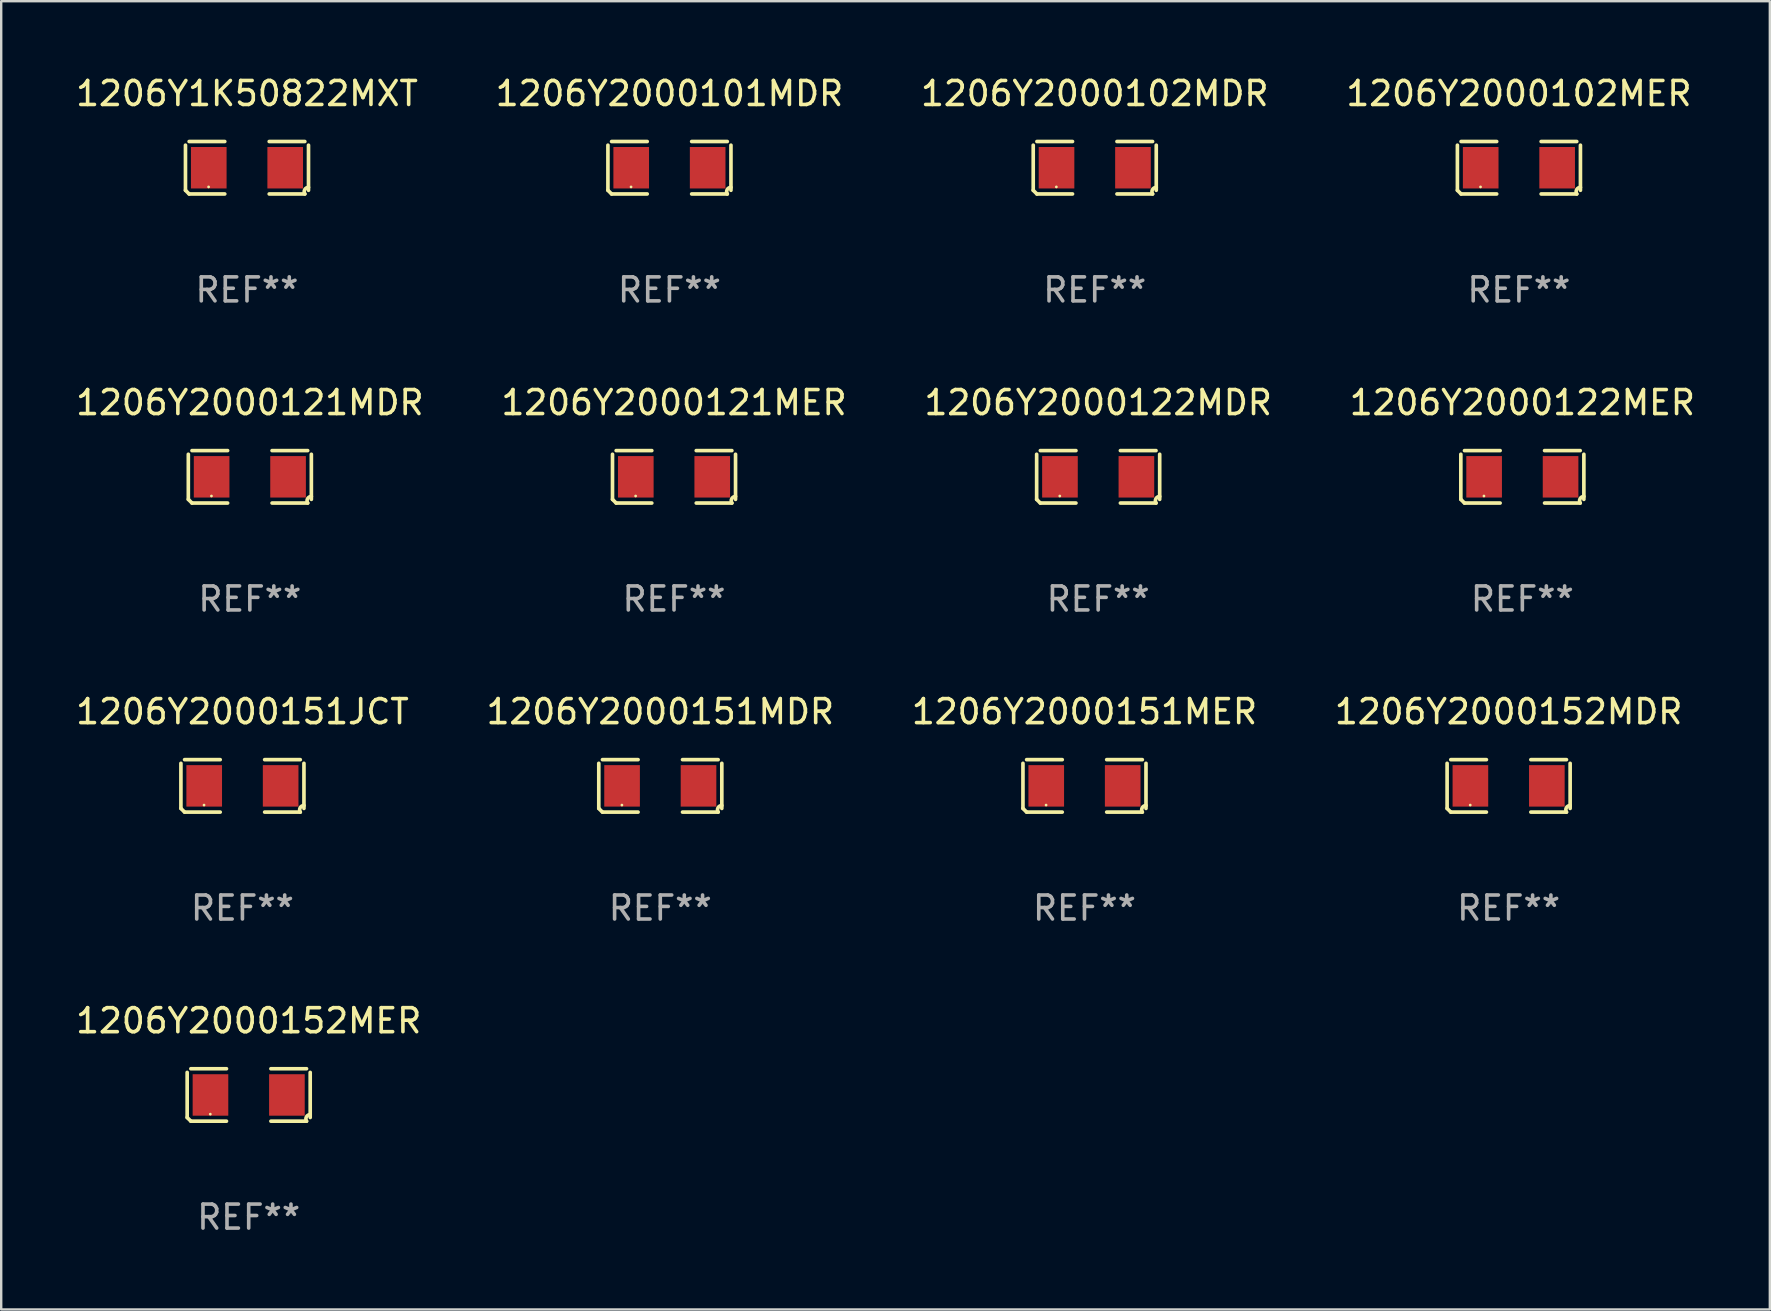
<source format=kicad_pcb>
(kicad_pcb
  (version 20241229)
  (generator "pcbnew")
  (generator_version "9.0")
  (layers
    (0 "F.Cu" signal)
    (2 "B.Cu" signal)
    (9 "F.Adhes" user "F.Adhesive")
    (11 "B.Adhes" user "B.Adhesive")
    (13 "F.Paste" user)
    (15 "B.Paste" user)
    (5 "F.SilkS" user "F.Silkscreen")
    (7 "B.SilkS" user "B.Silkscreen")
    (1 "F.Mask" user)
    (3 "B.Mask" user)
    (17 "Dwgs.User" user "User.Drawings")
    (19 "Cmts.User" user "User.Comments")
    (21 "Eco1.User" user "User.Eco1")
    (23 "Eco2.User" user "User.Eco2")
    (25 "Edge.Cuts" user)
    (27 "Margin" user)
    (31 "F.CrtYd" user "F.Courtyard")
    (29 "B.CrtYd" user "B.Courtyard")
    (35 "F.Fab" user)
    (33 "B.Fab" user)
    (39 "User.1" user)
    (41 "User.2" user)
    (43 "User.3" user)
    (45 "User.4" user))
  (footprint "1206Y2000151JCT"
    (layer "F.Cu")
    (at 7.054 29.704)
    (property "Reference" "1206Y2000151JCT" (at 0 -3.093 0) (layer "F.SilkS") (effects (font (size 1 1) (thickness 0.15))))
    (attr through_hole)
    (fp_line (start -2.564 0.94) (end -2.564 -0.94) (stroke (width 0.152) (type solid)) (layer "F.SilkS"))
    (fp_line (start -2.411 -1.093) (end -0.926 -1.093) (stroke (width 0.152) (type solid)) (layer "F.SilkS"))
    (fp_line (start -0.926 1.093) (end -2.411 1.093) (stroke (width 0.152) (type solid)) (layer "F.SilkS"))
    (fp_line (start 0.926 1.093) (end 2.411 1.093) (stroke (width 0.152) (type solid)) (layer "F.SilkS"))
    (fp_line (start 2.411 -1.093) (end 0.926 -1.093) (stroke (width 0.152) (type solid)) (layer "F.SilkS"))
    (fp_line (start 2.564 0.94) (end 2.564 -0.94) (stroke (width 0.152) (type solid)) (layer "F.SilkS"))
    (fp_arc (start -2.411201 1.092609) (mid -2.487413 1.01642) (end -2.563602 0.940208) (stroke (width 0.1524) (type solid)) (layer "F.SilkS"))
    (fp_arc (start 2.411201 1.092609) (mid 2.407159 0.911226) (end 2.563602 0.819347) (stroke (width 0.1524) (type solid)) (layer "F.SilkS"))
    (fp_circle (center -1.6 0.8) (end -1.57 0.8) (stroke (width 0.06) (type solid)) (fill no) (layer "F.SilkS"))
    (fp_text user "REF**" (at 0 5.093 0) (layer "F.Fab") (effects (font (size 1 1) (thickness 0.15))))
    (pad "1" smd rect (at -1.593 0) (size 1.485 1.728) (layers "F.Cu" "F.Mask" "F.Paste"))
    (pad "2" smd rect (at 1.593 0) (size 1.485 1.728) (layers "F.Cu" "F.Mask" "F.Paste")))
  (footprint "1206Y2000121MDR"
    (layer "F.Cu")
    (at 7.363 16.823)
    (property "Reference" "1206Y2000121MDR" (at 0 -3.093 0) (layer "F.SilkS") (effects (font (size 1 1) (thickness 0.15))))
    (attr through_hole)
    (fp_line (start -2.564 0.94) (end -2.564 -0.94) (stroke (width 0.152) (type solid)) (layer "F.SilkS"))
    (fp_line (start -2.411 -1.093) (end -0.926 -1.093) (stroke (width 0.152) (type solid)) (layer "F.SilkS"))
    (fp_line (start -0.926 1.093) (end -2.411 1.093) (stroke (width 0.152) (type solid)) (layer "F.SilkS"))
    (fp_line (start 0.926 1.093) (end 2.411 1.093) (stroke (width 0.152) (type solid)) (layer "F.SilkS"))
    (fp_line (start 2.411 -1.093) (end 0.926 -1.093) (stroke (width 0.152) (type solid)) (layer "F.SilkS"))
    (fp_line (start 2.564 0.94) (end 2.564 -0.94) (stroke (width 0.152) (type solid)) (layer "F.SilkS"))
    (fp_arc (start -2.411201 1.092609) (mid -2.487413 1.01642) (end -2.563602 0.940208) (stroke (width 0.1524) (type solid)) (layer "F.SilkS"))
    (fp_arc (start 2.411201 1.092609) (mid 2.407159 0.911226) (end 2.563602 0.819347) (stroke (width 0.1524) (type solid)) (layer "F.SilkS"))
    (fp_circle (center -1.6 0.8) (end -1.57 0.8) (stroke (width 0.06) (type solid)) (fill no) (layer "F.SilkS"))
    (fp_text user "REF**" (at 0 5.093 0) (layer "F.Fab") (effects (font (size 1 1) (thickness 0.15))))
    (pad "1" smd rect (at -1.593 0) (size 1.485 1.728) (layers "F.Cu" "F.Mask" "F.Paste"))
    (pad "2" smd rect (at 1.593 0) (size 1.485 1.728) (layers "F.Cu" "F.Mask" "F.Paste")))
  (footprint "1206Y2000122MDR"
    (layer "F.Cu")
    (at 42.72 16.823)
    (property "Reference" "1206Y2000122MDR" (at 0 -3.093 0) (layer "F.SilkS") (effects (font (size 1 1) (thickness 0.15))))
    (attr through_hole)
    (fp_line (start -2.564 0.94) (end -2.564 -0.94) (stroke (width 0.152) (type solid)) (layer "F.SilkS"))
    (fp_line (start -2.411 -1.093) (end -0.926 -1.093) (stroke (width 0.152) (type solid)) (layer "F.SilkS"))
    (fp_line (start -0.926 1.093) (end -2.411 1.093) (stroke (width 0.152) (type solid)) (layer "F.SilkS"))
    (fp_line (start 0.926 1.093) (end 2.411 1.093) (stroke (width 0.152) (type solid)) (layer "F.SilkS"))
    (fp_line (start 2.411 -1.093) (end 0.926 -1.093) (stroke (width 0.152) (type solid)) (layer "F.SilkS"))
    (fp_line (start 2.564 0.94) (end 2.564 -0.94) (stroke (width 0.152) (type solid)) (layer "F.SilkS"))
    (fp_arc (start -2.411201 1.092609) (mid -2.487413 1.01642) (end -2.563602 0.940208) (stroke (width 0.1524) (type solid)) (layer "F.SilkS"))
    (fp_arc (start 2.411201 1.092609) (mid 2.407159 0.911226) (end 2.563602 0.819347) (stroke (width 0.1524) (type solid)) (layer "F.SilkS"))
    (fp_circle (center -1.6 0.8) (end -1.57 0.8) (stroke (width 0.06) (type solid)) (fill no) (layer "F.SilkS"))
    (fp_text user "REF**" (at 0 5.093 0) (layer "F.Fab") (effects (font (size 1 1) (thickness 0.15))))
    (pad "1" smd rect (at -1.593 0) (size 1.485 1.728) (layers "F.Cu" "F.Mask" "F.Paste"))
    (pad "2" smd rect (at 1.593 0) (size 1.485 1.728) (layers "F.Cu" "F.Mask" "F.Paste")))
  (footprint "1206Y2000101MDR"
    (layer "F.Cu")
    (at 24.851 3.941)
    (property "Reference" "1206Y2000101MDR" (at 0 -3.093 0) (layer "F.SilkS") (effects (font (size 1 1) (thickness 0.15))))
    (attr through_hole)
    (fp_line (start -2.564 0.94) (end -2.564 -0.94) (stroke (width 0.152) (type solid)) (layer "F.SilkS"))
    (fp_line (start -2.411 -1.093) (end -0.926 -1.093) (stroke (width 0.152) (type solid)) (layer "F.SilkS"))
    (fp_line (start -0.926 1.093) (end -2.411 1.093) (stroke (width 0.152) (type solid)) (layer "F.SilkS"))
    (fp_line (start 0.926 1.093) (end 2.411 1.093) (stroke (width 0.152) (type solid)) (layer "F.SilkS"))
    (fp_line (start 2.411 -1.093) (end 0.926 -1.093) (stroke (width 0.152) (type solid)) (layer "F.SilkS"))
    (fp_line (start 2.564 0.94) (end 2.564 -0.94) (stroke (width 0.152) (type solid)) (layer "F.SilkS"))
    (fp_arc (start -2.411201 1.092609) (mid -2.487413 1.01642) (end -2.563602 0.940208) (stroke (width 0.1524) (type solid)) (layer "F.SilkS"))
    (fp_arc (start 2.411201 1.092609) (mid 2.407159 0.911226) (end 2.563602 0.819347) (stroke (width 0.1524) (type solid)) (layer "F.SilkS"))
    (fp_circle (center -1.6 0.8) (end -1.57 0.8) (stroke (width 0.06) (type solid)) (fill no) (layer "F.SilkS"))
    (fp_text user "REF**" (at 0 5.093 0) (layer "F.Fab") (effects (font (size 1 1) (thickness 0.15))))
    (pad "1" smd rect (at -1.593 0) (size 1.485 1.728) (layers "F.Cu" "F.Mask" "F.Paste"))
    (pad "2" smd rect (at 1.593 0) (size 1.485 1.728) (layers "F.Cu" "F.Mask" "F.Paste")))
  (footprint "1206Y2000151MDR"
    (layer "F.Cu")
    (at 24.47 29.704)
    (property "Reference" "1206Y2000151MDR" (at 0 -3.093 0) (layer "F.SilkS") (effects (font (size 1 1) (thickness 0.15))))
    (attr through_hole)
    (fp_line (start -2.564 0.94) (end -2.564 -0.94) (stroke (width 0.152) (type solid)) (layer "F.SilkS"))
    (fp_line (start -2.411 -1.093) (end -0.926 -1.093) (stroke (width 0.152) (type solid)) (layer "F.SilkS"))
    (fp_line (start -0.926 1.093) (end -2.411 1.093) (stroke (width 0.152) (type solid)) (layer "F.SilkS"))
    (fp_line (start 0.926 1.093) (end 2.411 1.093) (stroke (width 0.152) (type solid)) (layer "F.SilkS"))
    (fp_line (start 2.411 -1.093) (end 0.926 -1.093) (stroke (width 0.152) (type solid)) (layer "F.SilkS"))
    (fp_line (start 2.564 0.94) (end 2.564 -0.94) (stroke (width 0.152) (type solid)) (layer "F.SilkS"))
    (fp_arc (start -2.411201 1.092609) (mid -2.487413 1.01642) (end -2.563602 0.940208) (stroke (width 0.1524) (type solid)) (layer "F.SilkS"))
    (fp_arc (start 2.411201 1.092609) (mid 2.407159 0.911226) (end 2.563602 0.819347) (stroke (width 0.1524) (type solid)) (layer "F.SilkS"))
    (fp_circle (center -1.6 0.8) (end -1.57 0.8) (stroke (width 0.06) (type solid)) (fill no) (layer "F.SilkS"))
    (fp_text user "REF**" (at 0 5.093 0) (layer "F.Fab") (effects (font (size 1 1) (thickness 0.15))))
    (pad "1" smd rect (at -1.593 0) (size 1.485 1.728) (layers "F.Cu" "F.Mask" "F.Paste"))
    (pad "2" smd rect (at 1.593 0) (size 1.485 1.728) (layers "F.Cu" "F.Mask" "F.Paste")))
  (footprint "1206Y2000102MER"
    (layer "F.Cu")
    (at 60.256 3.941)
    (property "Reference" "1206Y2000102MER" (at 0 -3.093 0) (layer "F.SilkS") (effects (font (size 1 1) (thickness 0.15))))
    (attr through_hole)
    (fp_line (start -2.564 0.94) (end -2.564 -0.94) (stroke (width 0.152) (type solid)) (layer "F.SilkS"))
    (fp_line (start -2.411 -1.093) (end -0.926 -1.093) (stroke (width 0.152) (type solid)) (layer "F.SilkS"))
    (fp_line (start -0.926 1.093) (end -2.411 1.093) (stroke (width 0.152) (type solid)) (layer "F.SilkS"))
    (fp_line (start 0.926 1.093) (end 2.411 1.093) (stroke (width 0.152) (type solid)) (layer "F.SilkS"))
    (fp_line (start 2.411 -1.093) (end 0.926 -1.093) (stroke (width 0.152) (type solid)) (layer "F.SilkS"))
    (fp_line (start 2.564 0.94) (end 2.564 -0.94) (stroke (width 0.152) (type solid)) (layer "F.SilkS"))
    (fp_arc (start -2.411201 1.092609) (mid -2.487413 1.01642) (end -2.563602 0.940208) (stroke (width 0.1524) (type solid)) (layer "F.SilkS"))
    (fp_arc (start 2.411201 1.092609) (mid 2.407159 0.911226) (end 2.563602 0.819347) (stroke (width 0.1524) (type solid)) (layer "F.SilkS"))
    (fp_circle (center -1.6 0.8) (end -1.57 0.8) (stroke (width 0.06) (type solid)) (fill no) (layer "F.SilkS"))
    (fp_text user "REF**" (at 0 5.093 0) (layer "F.Fab") (effects (font (size 1 1) (thickness 0.15))))
    (pad "1" smd rect (at -1.593 0) (size 1.485 1.728) (layers "F.Cu" "F.Mask" "F.Paste"))
    (pad "2" smd rect (at 1.593 0) (size 1.485 1.728) (layers "F.Cu" "F.Mask" "F.Paste")))
  (footprint "1206Y2000152MDR"
    (layer "F.Cu")
    (at 59.827 29.704)
    (property "Reference" "1206Y2000152MDR" (at 0 -3.093 0) (layer "F.SilkS") (effects (font (size 1 1) (thickness 0.15))))
    (attr through_hole)
    (fp_line (start -2.564 0.94) (end -2.564 -0.94) (stroke (width 0.152) (type solid)) (layer "F.SilkS"))
    (fp_line (start -2.411 -1.093) (end -0.926 -1.093) (stroke (width 0.152) (type solid)) (layer "F.SilkS"))
    (fp_line (start -0.926 1.093) (end -2.411 1.093) (stroke (width 0.152) (type solid)) (layer "F.SilkS"))
    (fp_line (start 0.926 1.093) (end 2.411 1.093) (stroke (width 0.152) (type solid)) (layer "F.SilkS"))
    (fp_line (start 2.411 -1.093) (end 0.926 -1.093) (stroke (width 0.152) (type solid)) (layer "F.SilkS"))
    (fp_line (start 2.564 0.94) (end 2.564 -0.94) (stroke (width 0.152) (type solid)) (layer "F.SilkS"))
    (fp_arc (start -2.411201 1.092609) (mid -2.487413 1.01642) (end -2.563602 0.940208) (stroke (width 0.1524) (type solid)) (layer "F.SilkS"))
    (fp_arc (start 2.411201 1.092609) (mid 2.407159 0.911226) (end 2.563602 0.819347) (stroke (width 0.1524) (type solid)) (layer "F.SilkS"))
    (fp_circle (center -1.6 0.8) (end -1.57 0.8) (stroke (width 0.06) (type solid)) (fill no) (layer "F.SilkS"))
    (fp_text user "REF**" (at 0 5.093 0) (layer "F.Fab") (effects (font (size 1 1) (thickness 0.15))))
    (pad "1" smd rect (at -1.593 0) (size 1.485 1.728) (layers "F.Cu" "F.Mask" "F.Paste"))
    (pad "2" smd rect (at 1.593 0) (size 1.485 1.728) (layers "F.Cu" "F.Mask" "F.Paste")))
  (footprint "1206Y2000152MER"
    (layer "F.Cu")
    (at 7.315 42.586)
    (property "Reference" "1206Y2000152MER" (at 0 -3.093 0) (layer "F.SilkS") (effects (font (size 1 1) (thickness 0.15))))
    (attr through_hole)
    (fp_line (start -2.564 0.94) (end -2.564 -0.94) (stroke (width 0.152) (type solid)) (layer "F.SilkS"))
    (fp_line (start -2.411 -1.093) (end -0.926 -1.093) (stroke (width 0.152) (type solid)) (layer "F.SilkS"))
    (fp_line (start -0.926 1.093) (end -2.411 1.093) (stroke (width 0.152) (type solid)) (layer "F.SilkS"))
    (fp_line (start 0.926 1.093) (end 2.411 1.093) (stroke (width 0.152) (type solid)) (layer "F.SilkS"))
    (fp_line (start 2.411 -1.093) (end 0.926 -1.093) (stroke (width 0.152) (type solid)) (layer "F.SilkS"))
    (fp_line (start 2.564 0.94) (end 2.564 -0.94) (stroke (width 0.152) (type solid)) (layer "F.SilkS"))
    (fp_arc (start -2.411201 1.092609) (mid -2.487413 1.01642) (end -2.563602 0.940208) (stroke (width 0.1524) (type solid)) (layer "F.SilkS"))
    (fp_arc (start 2.411201 1.092609) (mid 2.407159 0.911226) (end 2.563602 0.819347) (stroke (width 0.1524) (type solid)) (layer "F.SilkS"))
    (fp_circle (center -1.6 0.8) (end -1.57 0.8) (stroke (width 0.06) (type solid)) (fill no) (layer "F.SilkS"))
    (fp_text user "REF**" (at 0 5.093 0) (layer "F.Fab") (effects (font (size 1 1) (thickness 0.15))))
    (pad "1" smd rect (at -1.593 0) (size 1.485 1.728) (layers "F.Cu" "F.Mask" "F.Paste"))
    (pad "2" smd rect (at 1.593 0) (size 1.485 1.728) (layers "F.Cu" "F.Mask" "F.Paste")))
  (footprint "1206Y2000102MDR"
    (layer "F.Cu")
    (at 42.577 3.941)
    (property "Reference" "1206Y2000102MDR" (at 0 -3.093 0) (layer "F.SilkS") (effects (font (size 1 1) (thickness 0.15))))
    (attr through_hole)
    (fp_line (start -2.564 0.94) (end -2.564 -0.94) (stroke (width 0.152) (type solid)) (layer "F.SilkS"))
    (fp_line (start -2.411 -1.093) (end -0.926 -1.093) (stroke (width 0.152) (type solid)) (layer "F.SilkS"))
    (fp_line (start -0.926 1.093) (end -2.411 1.093) (stroke (width 0.152) (type solid)) (layer "F.SilkS"))
    (fp_line (start 0.926 1.093) (end 2.411 1.093) (stroke (width 0.152) (type solid)) (layer "F.SilkS"))
    (fp_line (start 2.411 -1.093) (end 0.926 -1.093) (stroke (width 0.152) (type solid)) (layer "F.SilkS"))
    (fp_line (start 2.564 0.94) (end 2.564 -0.94) (stroke (width 0.152) (type solid)) (layer "F.SilkS"))
    (fp_arc (start -2.411201 1.092609) (mid -2.487413 1.01642) (end -2.563602 0.940208) (stroke (width 0.1524) (type solid)) (layer "F.SilkS"))
    (fp_arc (start 2.411201 1.092609) (mid 2.407159 0.911226) (end 2.563602 0.819347) (stroke (width 0.1524) (type solid)) (layer "F.SilkS"))
    (fp_circle (center -1.6 0.8) (end -1.57 0.8) (stroke (width 0.06) (type solid)) (fill no) (layer "F.SilkS"))
    (fp_text user "REF**" (at 0 5.093 0) (layer "F.Fab") (effects (font (size 1 1) (thickness 0.15))))
    (pad "1" smd rect (at -1.593 0) (size 1.485 1.728) (layers "F.Cu" "F.Mask" "F.Paste"))
    (pad "2" smd rect (at 1.593 0) (size 1.485 1.728) (layers "F.Cu" "F.Mask" "F.Paste")))
  (footprint "1206Y1K50822MXT"
    (layer "F.Cu")
    (at 7.244 3.941)
    (property "Reference" "1206Y1K50822MXT" (at 0 -3.093 0) (layer "F.SilkS") (effects (font (size 1 1) (thickness 0.15))))
    (attr through_hole)
    (fp_line (start -2.564 0.94) (end -2.564 -0.94) (stroke (width 0.152) (type solid)) (layer "F.SilkS"))
    (fp_line (start -2.411 -1.093) (end -0.926 -1.093) (stroke (width 0.152) (type solid)) (layer "F.SilkS"))
    (fp_line (start -0.926 1.093) (end -2.411 1.093) (stroke (width 0.152) (type solid)) (layer "F.SilkS"))
    (fp_line (start 0.926 1.093) (end 2.411 1.093) (stroke (width 0.152) (type solid)) (layer "F.SilkS"))
    (fp_line (start 2.411 -1.093) (end 0.926 -1.093) (stroke (width 0.152) (type solid)) (layer "F.SilkS"))
    (fp_line (start 2.564 0.94) (end 2.564 -0.94) (stroke (width 0.152) (type solid)) (layer "F.SilkS"))
    (fp_arc (start -2.411201 1.092609) (mid -2.487413 1.01642) (end -2.563602 0.940208) (stroke (width 0.1524) (type solid)) (layer "F.SilkS"))
    (fp_arc (start 2.411201 1.092609) (mid 2.407159 0.911226) (end 2.563602 0.819347) (stroke (width 0.1524) (type solid)) (layer "F.SilkS"))
    (fp_circle (center -1.6 0.8) (end -1.57 0.8) (stroke (width 0.06) (type solid)) (fill no) (layer "F.SilkS"))
    (fp_text user "REF**" (at 0 5.093 0) (layer "F.Fab") (effects (font (size 1 1) (thickness 0.15))))
    (pad "1" smd rect (at -1.593 0) (size 1.485 1.728) (layers "F.Cu" "F.Mask" "F.Paste"))
    (pad "2" smd rect (at 1.593 0) (size 1.485 1.728) (layers "F.Cu" "F.Mask" "F.Paste")))
  (footprint "1206Y2000122MER"
    (layer "F.Cu")
    (at 60.399 16.823)
    (property "Reference" "1206Y2000122MER" (at 0 -3.093 0) (layer "F.SilkS") (effects (font (size 1 1) (thickness 0.15))))
    (attr through_hole)
    (fp_line (start -2.564 0.94) (end -2.564 -0.94) (stroke (width 0.152) (type solid)) (layer "F.SilkS"))
    (fp_line (start -2.411 -1.093) (end -0.926 -1.093) (stroke (width 0.152) (type solid)) (layer "F.SilkS"))
    (fp_line (start -0.926 1.093) (end -2.411 1.093) (stroke (width 0.152) (type solid)) (layer "F.SilkS"))
    (fp_line (start 0.926 1.093) (end 2.411 1.093) (stroke (width 0.152) (type solid)) (layer "F.SilkS"))
    (fp_line (start 2.411 -1.093) (end 0.926 -1.093) (stroke (width 0.152) (type solid)) (layer "F.SilkS"))
    (fp_line (start 2.564 0.94) (end 2.564 -0.94) (stroke (width 0.152) (type solid)) (layer "F.SilkS"))
    (fp_arc (start -2.411201 1.092609) (mid -2.487413 1.01642) (end -2.563602 0.940208) (stroke (width 0.1524) (type solid)) (layer "F.SilkS"))
    (fp_arc (start 2.411201 1.092609) (mid 2.407159 0.911226) (end 2.563602 0.819347) (stroke (width 0.1524) (type solid)) (layer "F.SilkS"))
    (fp_circle (center -1.6 0.8) (end -1.57 0.8) (stroke (width 0.06) (type solid)) (fill no) (layer "F.SilkS"))
    (fp_text user "REF**" (at 0 5.093 0) (layer "F.Fab") (effects (font (size 1 1) (thickness 0.15))))
    (pad "1" smd rect (at -1.593 0) (size 1.485 1.728) (layers "F.Cu" "F.Mask" "F.Paste"))
    (pad "2" smd rect (at 1.593 0) (size 1.485 1.728) (layers "F.Cu" "F.Mask" "F.Paste")))
  (footprint "1206Y2000121MER"
    (layer "F.Cu")
    (at 25.042 16.823)
    (property "Reference" "1206Y2000121MER" (at 0 -3.093 0) (layer "F.SilkS") (effects (font (size 1 1) (thickness 0.15))))
    (attr through_hole)
    (fp_line (start -2.564 0.94) (end -2.564 -0.94) (stroke (width 0.152) (type solid)) (layer "F.SilkS"))
    (fp_line (start -2.411 -1.093) (end -0.926 -1.093) (stroke (width 0.152) (type solid)) (layer "F.SilkS"))
    (fp_line (start -0.926 1.093) (end -2.411 1.093) (stroke (width 0.152) (type solid)) (layer "F.SilkS"))
    (fp_line (start 0.926 1.093) (end 2.411 1.093) (stroke (width 0.152) (type solid)) (layer "F.SilkS"))
    (fp_line (start 2.411 -1.093) (end 0.926 -1.093) (stroke (width 0.152) (type solid)) (layer "F.SilkS"))
    (fp_line (start 2.564 0.94) (end 2.564 -0.94) (stroke (width 0.152) (type solid)) (layer "F.SilkS"))
    (fp_arc (start -2.411201 1.092609) (mid -2.487413 1.01642) (end -2.563602 0.940208) (stroke (width 0.1524) (type solid)) (layer "F.SilkS"))
    (fp_arc (start 2.411201 1.092609) (mid 2.407159 0.911226) (end 2.563602 0.819347) (stroke (width 0.1524) (type solid)) (layer "F.SilkS"))
    (fp_circle (center -1.6 0.8) (end -1.57 0.8) (stroke (width 0.06) (type solid)) (fill no) (layer "F.SilkS"))
    (fp_text user "REF**" (at 0 5.093 0) (layer "F.Fab") (effects (font (size 1 1) (thickness 0.15))))
    (pad "1" smd rect (at -1.593 0) (size 1.485 1.728) (layers "F.Cu" "F.Mask" "F.Paste"))
    (pad "2" smd rect (at 1.593 0) (size 1.485 1.728) (layers "F.Cu" "F.Mask" "F.Paste")))
  (footprint "1206Y2000151MER"
    (layer "F.Cu")
    (at 42.149 29.704)
    (property "Reference" "1206Y2000151MER" (at 0 -3.093 0) (layer "F.SilkS") (effects (font (size 1 1) (thickness 0.15))))
    (attr through_hole)
    (fp_line (start -2.564 0.94) (end -2.564 -0.94) (stroke (width 0.152) (type solid)) (layer "F.SilkS"))
    (fp_line (start -2.411 -1.093) (end -0.926 -1.093) (stroke (width 0.152) (type solid)) (layer "F.SilkS"))
    (fp_line (start -0.926 1.093) (end -2.411 1.093) (stroke (width 0.152) (type solid)) (layer "F.SilkS"))
    (fp_line (start 0.926 1.093) (end 2.411 1.093) (stroke (width 0.152) (type solid)) (layer "F.SilkS"))
    (fp_line (start 2.411 -1.093) (end 0.926 -1.093) (stroke (width 0.152) (type solid)) (layer "F.SilkS"))
    (fp_line (start 2.564 0.94) (end 2.564 -0.94) (stroke (width 0.152) (type solid)) (layer "F.SilkS"))
    (fp_arc (start -2.411201 1.092609) (mid -2.487413 1.01642) (end -2.563602 0.940208) (stroke (width 0.1524) (type solid)) (layer "F.SilkS"))
    (fp_arc (start 2.411201 1.092609) (mid 2.407159 0.911226) (end 2.563602 0.819347) (stroke (width 0.1524) (type solid)) (layer "F.SilkS"))
    (fp_circle (center -1.6 0.8) (end -1.57 0.8) (stroke (width 0.06) (type solid)) (fill no) (layer "F.SilkS"))
    (fp_text user "REF**" (at 0 5.093 0) (layer "F.Fab") (effects (font (size 1 1) (thickness 0.15))))
    (pad "1" smd rect (at -1.593 0) (size 1.485 1.728) (layers "F.Cu" "F.Mask" "F.Paste"))
    (pad "2" smd rect (at 1.593 0) (size 1.485 1.728) (layers "F.Cu" "F.Mask" "F.Paste")))
  (gr_rect
    (start -3 -3)
    (end 70.714 51.527)
    (stroke (width 0.1) (type default))
    (fill no)
    (layer "Edge.Cuts")))
</source>
